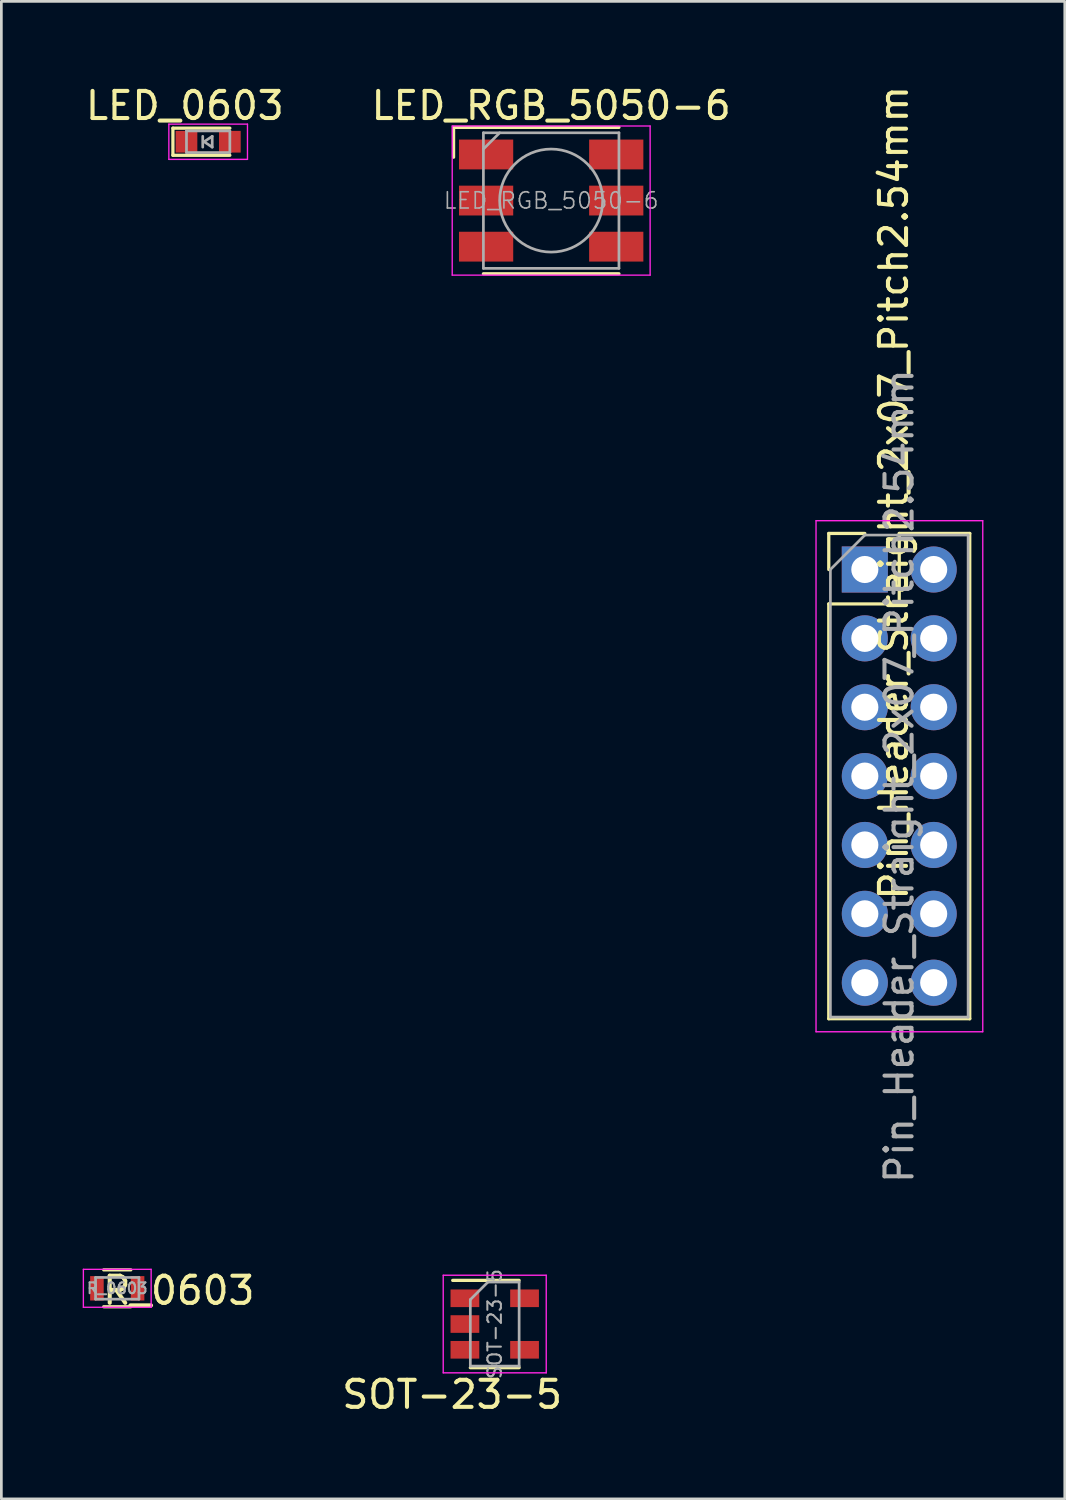
<source format=kicad_pcb>
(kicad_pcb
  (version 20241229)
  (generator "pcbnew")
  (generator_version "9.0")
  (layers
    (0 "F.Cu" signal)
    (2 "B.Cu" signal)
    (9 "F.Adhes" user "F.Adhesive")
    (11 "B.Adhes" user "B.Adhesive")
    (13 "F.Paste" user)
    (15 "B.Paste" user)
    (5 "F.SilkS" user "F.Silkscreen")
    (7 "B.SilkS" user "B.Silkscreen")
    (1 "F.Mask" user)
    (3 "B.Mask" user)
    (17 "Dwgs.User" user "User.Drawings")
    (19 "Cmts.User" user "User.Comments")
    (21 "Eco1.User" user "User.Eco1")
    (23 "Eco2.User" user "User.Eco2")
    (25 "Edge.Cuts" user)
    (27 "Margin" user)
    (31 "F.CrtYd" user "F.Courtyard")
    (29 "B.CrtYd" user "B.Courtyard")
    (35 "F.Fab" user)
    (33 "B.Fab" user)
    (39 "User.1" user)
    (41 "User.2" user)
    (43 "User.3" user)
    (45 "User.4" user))
  (footprint "LED_RGB_5050-6"
    (layer "F.Cu")
    (at 17.28 4.348)
    (property "Reference" "LED_RGB_5050-6" (at 0 -3.5 180) (layer "F.SilkS") (effects (font (size 1 1) (thickness 0.15))))
    (attr smd)
    (fp_line (start -3.6 -2.7) (end 2.5 -2.7) (stroke (width 0.12) (type solid)) (layer "F.SilkS"))
    (fp_line (start -3.6 -1.6) (end -3.6 -2.7) (stroke (width 0.12) (type solid)) (layer "F.SilkS"))
    (fp_line (start 2.5 2.7) (end -2.5 2.7) (stroke (width 0.12) (type solid)) (layer "F.SilkS"))
    (fp_line (start -3.65 -2.75) (end -3.65 2.75) (stroke (width 0.05) (type solid)) (layer "F.CrtYd"))
    (fp_line (start -3.65 2.75) (end 3.65 2.75) (stroke (width 0.05) (type solid)) (layer "F.CrtYd"))
    (fp_line (start 3.65 -2.75) (end -3.65 -2.75) (stroke (width 0.05) (type solid)) (layer "F.CrtYd"))
    (fp_line (start 3.65 2.75) (end 3.65 -2.75) (stroke (width 0.05) (type solid)) (layer "F.CrtYd"))
    (fp_line (start -2.5 -2.5) (end -2.5 2.5) (stroke (width 0.1) (type solid)) (layer "F.Fab"))
    (fp_line (start -2.5 -1.9) (end -1.9 -2.5) (stroke (width 0.1) (type solid)) (layer "F.Fab"))
    (fp_line (start -2.5 2.5) (end 2.5 2.5) (stroke (width 0.1) (type solid)) (layer "F.Fab"))
    (fp_line (start 2.5 -2.5) (end -2.5 -2.5) (stroke (width 0.1) (type solid)) (layer "F.Fab"))
    (fp_line (start 2.5 2.5) (end 2.5 -2.5) (stroke (width 0.1) (type solid)) (layer "F.Fab"))
    (fp_circle (center 0 0) (end 0 -1.9) (stroke (width 0.1) (type solid)) (fill no) (layer "F.Fab"))
    (fp_text user "${REFERENCE}" (at 0 0 0) (layer "F.Fab") (effects (font (size 0.6 0.6) (thickness 0.06))))
    (pad "1" smd rect (at -2.4 -1.7 90) (size 1.1 2) (layers "F.Cu" "F.Mask" "F.Paste"))
    (pad "2" smd rect (at -2.4 0 90) (size 1.1 2) (layers "F.Cu" "F.Mask" "F.Paste"))
    (pad "3" smd rect (at -2.4 1.7 90) (size 1.1 2) (layers "F.Cu" "F.Mask" "F.Paste"))
    (pad "4" smd rect (at 2.4 1.7 90) (size 1.1 2) (layers "F.Cu" "F.Mask" "F.Paste"))
    (pad "5" smd rect (at 2.4 0 90) (size 1.1 2) (layers "F.Cu" "F.Mask" "F.Paste"))
    (pad "6" smd rect (at 2.4 -1.7 90) (size 1.1 2) (layers "F.Cu" "F.Mask" "F.Paste")))
  (footprint "Pin_Header_Straight_2x07_Pitch2.54mm"
    (layer "F.Cu")
    (at 30.119 25.576)
    (property "Reference" "Pin_Header_Straight_2x07_Pitch2.54mm" (at -0.205 -10.451 90) (layer "F.SilkS") (effects (font (size 1 1) (thickness 0.15))))
    (attr through_hole)
    (fp_line (start -2.6 -8.95) (end -1.27 -8.95) (stroke (width 0.12) (type solid)) (layer "F.SilkS"))
    (fp_line (start -2.6 -7.62) (end -2.6 -8.95) (stroke (width 0.12) (type solid)) (layer "F.SilkS"))
    (fp_line (start -2.6 -6.35) (end -2.6 8.95) (stroke (width 0.12) (type solid)) (layer "F.SilkS"))
    (fp_line (start -2.6 -6.35) (end 0 -6.35) (stroke (width 0.12) (type solid)) (layer "F.SilkS"))
    (fp_line (start -2.6 8.95) (end 2.6 8.95) (stroke (width 0.12) (type solid)) (layer "F.SilkS"))
    (fp_line (start 0 -8.95) (end 2.6 -8.95) (stroke (width 0.12) (type solid)) (layer "F.SilkS"))
    (fp_line (start 0 -6.35) (end 0 -8.95) (stroke (width 0.12) (type solid)) (layer "F.SilkS"))
    (fp_line (start 2.6 -8.95) (end 2.6 8.95) (stroke (width 0.12) (type solid)) (layer "F.SilkS"))
    (fp_line (start -3.07 -9.42) (end -3.07 9.43) (stroke (width 0.05) (type solid)) (layer "F.CrtYd"))
    (fp_line (start -3.07 9.43) (end 3.08 9.43) (stroke (width 0.05) (type solid)) (layer "F.CrtYd"))
    (fp_line (start 3.08 -9.42) (end -3.07 -9.42) (stroke (width 0.05) (type solid)) (layer "F.CrtYd"))
    (fp_line (start 3.08 9.43) (end 3.08 -9.42) (stroke (width 0.05) (type solid)) (layer "F.CrtYd"))
    (fp_line (start -2.54 -7.62) (end -1.27 -8.89) (stroke (width 0.1) (type solid)) (layer "F.Fab"))
    (fp_line (start -2.54 8.89) (end -2.54 -7.62) (stroke (width 0.1) (type solid)) (layer "F.Fab"))
    (fp_line (start -1.27 -8.89) (end 2.54 -8.89) (stroke (width 0.1) (type solid)) (layer "F.Fab"))
    (fp_line (start 2.54 -8.89) (end 2.54 8.89) (stroke (width 0.1) (type solid)) (layer "F.Fab"))
    (fp_line (start 2.54 8.89) (end -2.54 8.89) (stroke (width 0.1) (type solid)) (layer "F.Fab"))
    (fp_text user "${REFERENCE}" (at 0 0 90) (layer "F.Fab") (effects (font (size 1 1) (thickness 0.15))))
    (pad "1" thru_hole rect (at -1.27 -7.62) (size 1.7 1.7) (drill 1) (layers "*.Cu" "*.Mask"))
    (pad "2" thru_hole oval (at 1.27 -7.62) (size 1.7 1.7) (drill 1) (layers "*.Cu" "*.Mask"))
    (pad "3" thru_hole oval (at -1.27 -5.08) (size 1.7 1.7) (drill 1) (layers "*.Cu" "*.Mask"))
    (pad "4" thru_hole oval (at 1.27 -5.08) (size 1.7 1.7) (drill 1) (layers "*.Cu" "*.Mask"))
    (pad "5" thru_hole oval (at -1.27 -2.54) (size 1.7 1.7) (drill 1) (layers "*.Cu" "*.Mask"))
    (pad "6" thru_hole oval (at 1.27 -2.54) (size 1.7 1.7) (drill 1) (layers "*.Cu" "*.Mask"))
    (pad "7" thru_hole oval (at -1.27 0) (size 1.7 1.7) (drill 1) (layers "*.Cu" "*.Mask"))
    (pad "8" thru_hole oval (at 1.27 0) (size 1.7 1.7) (drill 1) (layers "*.Cu" "*.Mask"))
    (pad "9" thru_hole oval (at -1.27 2.54) (size 1.7 1.7) (drill 1) (layers "*.Cu" "*.Mask"))
    (pad "10" thru_hole oval (at 1.27 2.54) (size 1.7 1.7) (drill 1) (layers "*.Cu" "*.Mask"))
    (pad "11" thru_hole oval (at -1.27 5.08) (size 1.7 1.7) (drill 1) (layers "*.Cu" "*.Mask"))
    (pad "12" thru_hole oval (at 1.27 5.08) (size 1.7 1.7) (drill 1) (layers "*.Cu" "*.Mask"))
    (pad "13" thru_hole oval (at -1.27 7.62) (size 1.7 1.7) (drill 1) (layers "*.Cu" "*.Mask"))
    (pad "14" thru_hole oval (at 1.27 7.62) (size 1.7 1.7) (drill 1) (layers "*.Cu" "*.Mask")))
  (footprint "LED_0603"
    (layer "F.Cu")
    (at 4.628 2.178)
    (property "Reference" "LED_0603" (at -0.86 -1.33 0) (layer "F.SilkS") (effects (font (size 1 1) (thickness 0.15))))
    (attr smd)
    (fp_line (start -1.3 -0.5) (end -1.3 0.5) (stroke (width 0.12) (type solid)) (layer "F.SilkS"))
    (fp_line (start -1.3 -0.5) (end 0.8 -0.5) (stroke (width 0.12) (type solid)) (layer "F.SilkS"))
    (fp_line (start -1.3 0.5) (end 0.8 0.5) (stroke (width 0.12) (type solid)) (layer "F.SilkS"))
    (fp_line (start -1.45 -0.65) (end 1.45 -0.65) (stroke (width 0.05) (type solid)) (layer "F.CrtYd"))
    (fp_line (start -1.45 0.65) (end -1.45 -0.65) (stroke (width 0.05) (type solid)) (layer "F.CrtYd"))
    (fp_line (start 1.45 -0.65) (end 1.45 0.65) (stroke (width 0.05) (type solid)) (layer "F.CrtYd"))
    (fp_line (start 1.45 0.65) (end -1.45 0.65) (stroke (width 0.05) (type solid)) (layer "F.CrtYd"))
    (fp_line (start -0.8 -0.4) (end 0.8 -0.4) (stroke (width 0.1) (type solid)) (layer "F.Fab"))
    (fp_line (start -0.8 0.4) (end -0.8 -0.4) (stroke (width 0.1) (type solid)) (layer "F.Fab"))
    (fp_line (start -0.2 -0.2) (end -0.2 0.2) (stroke (width 0.1) (type solid)) (layer "F.Fab"))
    (fp_line (start -0.15 0) (end 0.15 -0.2) (stroke (width 0.1) (type solid)) (layer "F.Fab"))
    (fp_line (start 0.15 -0.2) (end 0.15 0.2) (stroke (width 0.1) (type solid)) (layer "F.Fab"))
    (fp_line (start 0.15 0.2) (end -0.15 0) (stroke (width 0.1) (type solid)) (layer "F.Fab"))
    (fp_line (start 0.8 -0.4) (end 0.8 0.4) (stroke (width 0.1) (type solid)) (layer "F.Fab"))
    (fp_line (start 0.8 0.4) (end -0.8 0.4) (stroke (width 0.1) (type solid)) (layer "F.Fab"))
    (pad "1" smd rect (at -0.8 0 180) (size 0.8 0.8) (layers "F.Cu" "F.Mask" "F.Paste"))
    (pad "2" smd rect (at 0.8 0 180) (size 0.8 0.8) (layers "F.Cu" "F.Mask" "F.Paste")))
  (footprint "SOT-23-5"
    (layer "F.Cu")
    (at 15.198 45.787)
    (property "Reference" "SOT-23-5" (at -1.57 2.6 0) (layer "F.SilkS") (effects (font (size 1 1) (thickness 0.15))))
    (attr smd)
    (fp_line (start -0.9 1.61) (end 0.9 1.61) (stroke (width 0.12) (type solid)) (layer "F.SilkS"))
    (fp_line (start 0.9 -1.61) (end -1.55 -1.61) (stroke (width 0.12) (type solid)) (layer "F.SilkS"))
    (fp_line (start -1.9 -1.8) (end 1.9 -1.8) (stroke (width 0.05) (type solid)) (layer "F.CrtYd"))
    (fp_line (start -1.9 1.8) (end -1.9 -1.8) (stroke (width 0.05) (type solid)) (layer "F.CrtYd"))
    (fp_line (start 1.9 -1.8) (end 1.9 1.8) (stroke (width 0.05) (type solid)) (layer "F.CrtYd"))
    (fp_line (start 1.9 1.8) (end -1.9 1.8) (stroke (width 0.05) (type solid)) (layer "F.CrtYd"))
    (fp_line (start -0.9 -0.9) (end -0.9 1.55) (stroke (width 0.1) (type solid)) (layer "F.Fab"))
    (fp_line (start -0.9 -0.9) (end -0.25 -1.55) (stroke (width 0.1) (type solid)) (layer "F.Fab"))
    (fp_line (start 0.9 -1.55) (end -0.25 -1.55) (stroke (width 0.1) (type solid)) (layer "F.Fab"))
    (fp_line (start 0.9 -1.55) (end 0.9 1.55) (stroke (width 0.1) (type solid)) (layer "F.Fab"))
    (fp_line (start 0.9 1.55) (end -0.9 1.55) (stroke (width 0.1) (type solid)) (layer "F.Fab"))
    (fp_text user "${REFERENCE}" (at 0 0 90) (layer "F.Fab") (effects (font (size 0.5 0.5) (thickness 0.075))))
    (pad "1" smd rect (at -1.1 -0.95) (size 1.06 0.65) (layers "F.Cu" "F.Mask" "F.Paste"))
    (pad "2" smd rect (at -1.1 0) (size 1.06 0.65) (layers "F.Cu" "F.Mask" "F.Paste"))
    (pad "3" smd rect (at -1.1 0.95) (size 1.06 0.65) (layers "F.Cu" "F.Mask" "F.Paste"))
    (pad "4" smd rect (at 1.1 0.95) (size 1.06 0.65) (layers "F.Cu" "F.Mask" "F.Paste"))
    (pad "5" smd rect (at 1.1 -0.95) (size 1.06 0.65) (layers "F.Cu" "F.Mask" "F.Paste")))
  (footprint "R_0603"
    (layer "F.Cu")
    (at 1.275 44.469)
    (property "Reference" "R_0603" (at 2.27 0.08 0) (layer "F.SilkS") (effects (font (size 1 1) (thickness 0.15))))
    (attr smd)
    (fp_line (start -0.5 -0.68) (end 0.5 -0.68) (stroke (width 0.12) (type solid)) (layer "F.SilkS"))
    (fp_line (start 0.5 0.68) (end -0.5 0.68) (stroke (width 0.12) (type solid)) (layer "F.SilkS"))
    (fp_line (start -1.25 -0.7) (end -1.25 0.7) (stroke (width 0.05) (type solid)) (layer "F.CrtYd"))
    (fp_line (start -1.25 -0.7) (end 1.25 -0.7) (stroke (width 0.05) (type solid)) (layer "F.CrtYd"))
    (fp_line (start 1.25 0.7) (end -1.25 0.7) (stroke (width 0.05) (type solid)) (layer "F.CrtYd"))
    (fp_line (start 1.25 0.7) (end 1.25 -0.7) (stroke (width 0.05) (type solid)) (layer "F.CrtYd"))
    (fp_line (start -0.8 -0.4) (end 0.8 -0.4) (stroke (width 0.1) (type solid)) (layer "F.Fab"))
    (fp_line (start -0.8 0.4) (end -0.8 -0.4) (stroke (width 0.1) (type solid)) (layer "F.Fab"))
    (fp_line (start 0.8 -0.4) (end 0.8 0.4) (stroke (width 0.1) (type solid)) (layer "F.Fab"))
    (fp_line (start 0.8 0.4) (end -0.8 0.4) (stroke (width 0.1) (type solid)) (layer "F.Fab"))
    (fp_text user "${REFERENCE}" (at 0 0 0) (layer "F.Fab") (effects (font (size 0.4 0.4) (thickness 0.075))))
    (pad "1" smd rect (at -0.75 0) (size 0.5 0.9) (layers "F.Cu" "F.Mask" "F.Paste"))
    (pad "2" smd rect (at 0.75 0) (size 0.5 0.9) (layers "F.Cu" "F.Mask" "F.Paste")))
  (gr_rect
    (start -3 -3)
    (end 36.224 52.236)
    (stroke (width 0.1) (type default))
    (fill no)
    (layer "Edge.Cuts")))
</source>
